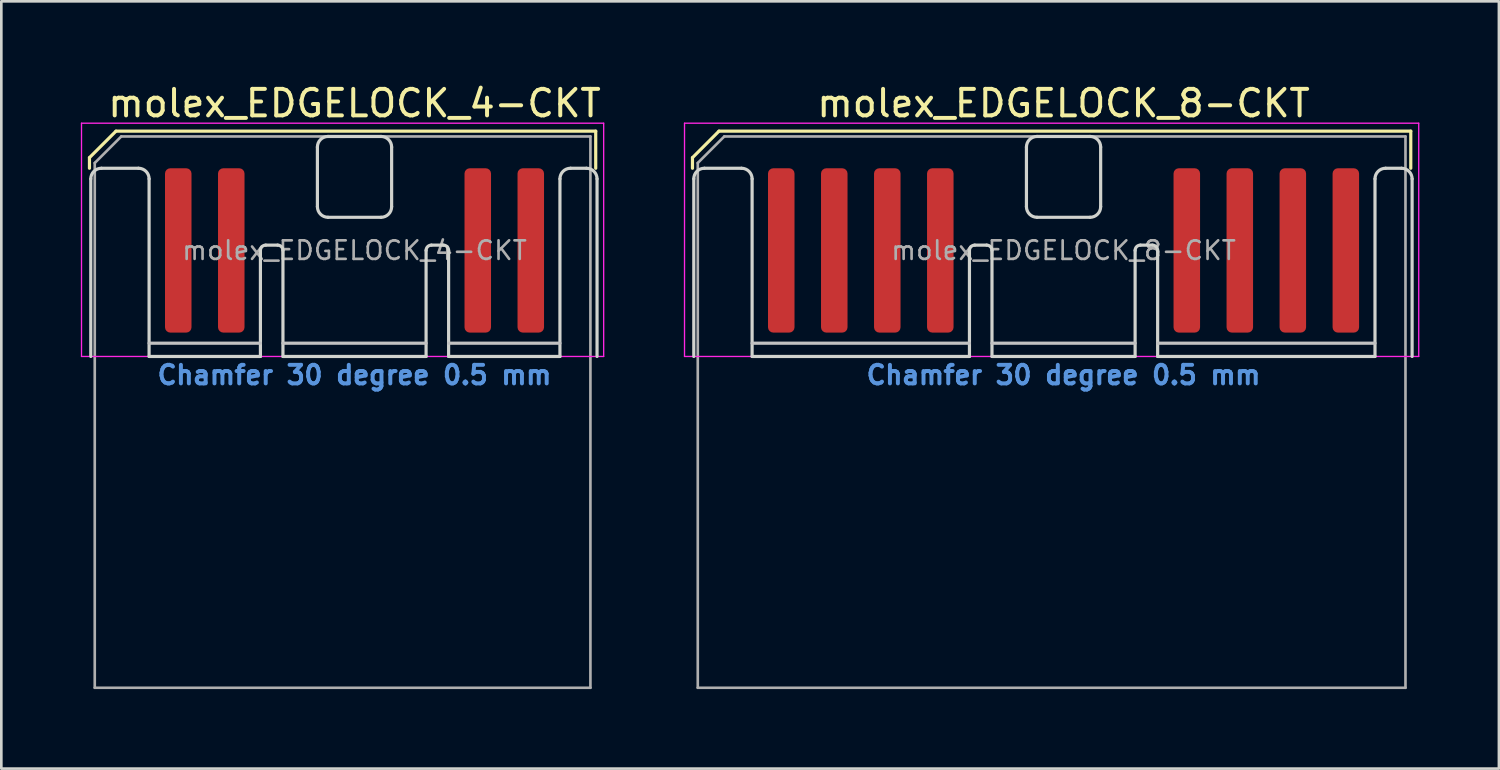
<source format=kicad_pcb>
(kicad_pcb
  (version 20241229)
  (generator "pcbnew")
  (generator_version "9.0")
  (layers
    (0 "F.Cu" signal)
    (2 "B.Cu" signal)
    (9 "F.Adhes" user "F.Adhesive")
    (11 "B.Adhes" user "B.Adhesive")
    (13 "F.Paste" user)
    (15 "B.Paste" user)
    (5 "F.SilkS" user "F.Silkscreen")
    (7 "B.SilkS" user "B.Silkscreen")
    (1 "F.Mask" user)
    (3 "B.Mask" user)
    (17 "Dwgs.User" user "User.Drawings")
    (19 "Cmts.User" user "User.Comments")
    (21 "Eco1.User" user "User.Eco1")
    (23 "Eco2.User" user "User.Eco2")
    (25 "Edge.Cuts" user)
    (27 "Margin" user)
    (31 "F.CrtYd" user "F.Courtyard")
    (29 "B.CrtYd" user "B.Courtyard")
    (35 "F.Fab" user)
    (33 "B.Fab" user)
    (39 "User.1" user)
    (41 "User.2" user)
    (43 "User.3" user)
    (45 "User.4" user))
  (footprint "molex_EDGELOCK_8-CKT"
    (layer "F.Cu")
    (at 37.075 6.398)
    (property "Reference" "molex_EDGELOCK_8-CKT" (at 0 -5.55 0) (layer "F.SilkS") (effects (font (size 1 1) (thickness 0.15))))
    (attr smd)
    (fp_line (start -14 -3.5) (end -13 -4.5) (stroke (width 0.12) (type solid)) (layer "F.SilkS"))
    (fp_line (start -14 -3.1) (end -14 -3.5) (stroke (width 0.12) (type solid)) (layer "F.SilkS"))
    (fp_line (start -13 -4.5) (end 13.1 -4.5) (stroke (width 0.12) (type solid)) (layer "F.SilkS"))
    (fp_line (start 13.1 -4.5) (end 13.1 -3.1) (stroke (width 0.12) (type solid)) (layer "F.SilkS"))
    (fp_line (start -11.75 3.5) (end -3.55 3.5) (stroke (width 0.12) (type solid)) (layer "Dwgs.User"))
    (fp_line (start -2.7 3.5) (end 2.7 3.5) (stroke (width 0.12) (type solid)) (layer "Dwgs.User"))
    (fp_line (start 3.55 3.5) (end 11.75 3.5) (stroke (width 0.12) (type solid)) (layer "Dwgs.User"))
    (fp_line (start -13.95 4) (end -13.95 -2.7) (stroke (width 0.12) (type solid)) (layer "Edge.Cuts"))
    (fp_line (start -13.55 -3.1) (end -12.15 -3.1) (stroke (width 0.12) (type solid)) (layer "Edge.Cuts"))
    (fp_line (start -11.75 -2.7) (end -11.75 4) (stroke (width 0.12) (type solid)) (layer "Edge.Cuts"))
    (fp_line (start -11.75 4) (end -3.55 4) (stroke (width 0.12) (type solid)) (layer "Edge.Cuts"))
    (fp_line (start -3.55 4) (end -3.55 0) (stroke (width 0.12) (type solid)) (layer "Edge.Cuts"))
    (fp_line (start -3.35 -0.2) (end -2.9 -0.2) (stroke (width 0.12) (type solid)) (layer "Edge.Cuts"))
    (fp_line (start -2.7 0) (end -2.7 4) (stroke (width 0.12) (type solid)) (layer "Edge.Cuts"))
    (fp_line (start -2.7 4) (end 2.7 4) (stroke (width 0.12) (type solid)) (layer "Edge.Cuts"))
    (fp_line (start -1.4 -3.9) (end -1.4 -1.65) (stroke (width 0.12) (type solid)) (layer "Edge.Cuts"))
    (fp_line (start -1 -1.25) (end 1 -1.25) (stroke (width 0.12) (type solid)) (layer "Edge.Cuts"))
    (fp_line (start 1 -4.3) (end -1 -4.3) (stroke (width 0.12) (type solid)) (layer "Edge.Cuts"))
    (fp_line (start 1.4 -1.65) (end 1.4 -3.9) (stroke (width 0.12) (type solid)) (layer "Edge.Cuts"))
    (fp_line (start 2.7 4) (end 2.7 0) (stroke (width 0.12) (type solid)) (layer "Edge.Cuts"))
    (fp_line (start 2.9 -0.2) (end 3.35 -0.2) (stroke (width 0.12) (type solid)) (layer "Edge.Cuts"))
    (fp_line (start 3.55 0) (end 3.55 4) (stroke (width 0.12) (type solid)) (layer "Edge.Cuts"))
    (fp_line (start 3.55 4) (end 11.75 4) (stroke (width 0.12) (type solid)) (layer "Edge.Cuts"))
    (fp_line (start 11.75 4) (end 11.75 -2.7) (stroke (width 0.12) (type solid)) (layer "Edge.Cuts"))
    (fp_line (start 12.15 -3.1) (end 12.75 -3.1) (stroke (width 0.12) (type solid)) (layer "Edge.Cuts"))
    (fp_line (start 13.15 -2.7) (end 13.15 4) (stroke (width 0.12) (type solid)) (layer "Edge.Cuts"))
    (fp_arc (start -13.95 -2.7) (mid -13.832843 -2.982843) (end -13.55 -3.1) (stroke (width 0.12) (type solid)) (layer "Edge.Cuts"))
    (fp_arc (start -12.15 -3.1) (mid -11.867157 -2.982843) (end -11.75 -2.7) (stroke (width 0.12) (type solid)) (layer "Edge.Cuts"))
    (fp_arc (start -3.55 0) (mid -3.491421 -0.141421) (end -3.35 -0.2) (stroke (width 0.12) (type solid)) (layer "Edge.Cuts"))
    (fp_arc (start -2.9 -0.2) (mid -2.758579 -0.141421) (end -2.7 0) (stroke (width 0.12) (type solid)) (layer "Edge.Cuts"))
    (fp_arc (start -1.4 -3.9) (mid -1.282843 -4.182843) (end -1 -4.3) (stroke (width 0.12) (type solid)) (layer "Edge.Cuts"))
    (fp_arc (start -1 -1.25) (mid -1.282843 -1.367157) (end -1.4 -1.65) (stroke (width 0.12) (type solid)) (layer "Edge.Cuts"))
    (fp_arc (start 1 -4.3) (mid 1.282843 -4.182843) (end 1.4 -3.9) (stroke (width 0.12) (type solid)) (layer "Edge.Cuts"))
    (fp_arc (start 1.4 -1.65) (mid 1.282843 -1.367157) (end 1 -1.25) (stroke (width 0.12) (type solid)) (layer "Edge.Cuts"))
    (fp_arc (start 2.7 0) (mid 2.758579 -0.141421) (end 2.9 -0.2) (stroke (width 0.12) (type solid)) (layer "Edge.Cuts"))
    (fp_arc (start 3.35 -0.2) (mid 3.491421 -0.141421) (end 3.55 0) (stroke (width 0.12) (type solid)) (layer "Edge.Cuts"))
    (fp_arc (start 11.75 -2.7) (mid 11.867157 -2.982843) (end 12.15 -3.1) (stroke (width 0.12) (type solid)) (layer "Edge.Cuts"))
    (fp_arc (start 12.75 -3.1) (mid 13.032843 -2.982843) (end 13.15 -2.7) (stroke (width 0.12) (type solid)) (layer "Edge.Cuts"))
    (fp_line (start -14.3 -4.8) (end -14.3 4) (stroke (width 0.05) (type solid)) (layer "F.CrtYd"))
    (fp_line (start -14.3 4) (end 13.4 4) (stroke (width 0.05) (type solid)) (layer "F.CrtYd"))
    (fp_line (start 13.4 -4.8) (end -14.3 -4.8) (stroke (width 0.05) (type solid)) (layer "F.CrtYd"))
    (fp_line (start 13.4 4) (end 13.4 -4.8) (stroke (width 0.05) (type solid)) (layer "F.CrtYd"))
    (fp_line (start -13.8 -3.3) (end -12.8 -4.3) (stroke (width 0.1) (type solid)) (layer "F.Fab"))
    (fp_line (start -13.8 16.5) (end -13.8 -3.3) (stroke (width 0.1) (type solid)) (layer "F.Fab"))
    (fp_line (start -12.8 -4.3) (end 12.9 -4.3) (stroke (width 0.1) (type solid)) (layer "F.Fab"))
    (fp_line (start 12.9 -4.3) (end 12.9 16.5) (stroke (width 0.1) (type solid)) (layer "F.Fab"))
    (fp_line (start 12.9 16.5) (end -13.8 16.5) (stroke (width 0.1) (type solid)) (layer "F.Fab"))
    (fp_text user "Chamfer 30 degree 0.5 mm" (at 0 4.7 0) (layer "Cmts.User") (effects (font (size 0.7 0.7) (thickness 0.15))))
    (fp_text user "${REFERENCE}" (at 0 0 0) (layer "F.Fab") (effects (font (size 0.7 0.7) (thickness 0.1))))
    (pad "1" smd roundrect (at -10.65 0) (size 1 6.2) (layers "F.Cu" "F.Mask") (roundrect_rratio 0.2))
    (pad "2" smd roundrect (at -8.65 0) (size 1 6.2) (layers "F.Cu" "F.Mask") (roundrect_rratio 0.2))
    (pad "3" smd roundrect (at -6.65 0) (size 1 6.2) (layers "F.Cu" "F.Mask") (roundrect_rratio 0.2))
    (pad "4" smd roundrect (at -4.65 0) (size 1 6.2) (layers "F.Cu" "F.Mask") (roundrect_rratio 0.2))
    (pad "5" smd roundrect (at 4.65 0) (size 1 6.2) (layers "F.Cu" "F.Mask") (roundrect_rratio 0.2))
    (pad "6" smd roundrect (at 6.65 0) (size 1 6.2) (layers "F.Cu" "F.Mask") (roundrect_rratio 0.2))
    (pad "7" smd roundrect (at 8.65 0) (size 1 6.2) (layers "F.Cu" "F.Mask") (roundrect_rratio 0.2))
    (pad "8" smd roundrect (at 10.65 0) (size 1 6.2) (layers "F.Cu" "F.Mask") (roundrect_rratio 0.2)))
  (footprint "molex_EDGELOCK_4-CKT"
    (layer "F.Cu")
    (at 10.325 6.398)
    (property "Reference" "molex_EDGELOCK_4-CKT" (at 0 -5.55 0) (layer "F.SilkS") (effects (font (size 1 1) (thickness 0.15))))
    (attr smd)
    (fp_line (start -10 -3.5) (end -9 -4.5) (stroke (width 0.12) (type solid)) (layer "F.SilkS"))
    (fp_line (start -10 -3.1) (end -10 -3.5) (stroke (width 0.12) (type solid)) (layer "F.SilkS"))
    (fp_line (start -9 -4.5) (end 9.1 -4.5) (stroke (width 0.12) (type solid)) (layer "F.SilkS"))
    (fp_line (start 9.1 -4.5) (end 9.1 -3.1) (stroke (width 0.12) (type solid)) (layer "F.SilkS"))
    (fp_line (start -7.75 3.5) (end -3.55 3.5) (stroke (width 0.12) (type solid)) (layer "Dwgs.User"))
    (fp_line (start -2.7 3.5) (end 2.7 3.5) (stroke (width 0.12) (type solid)) (layer "Dwgs.User"))
    (fp_line (start 3.55 3.5) (end 7.75 3.5) (stroke (width 0.12) (type solid)) (layer "Dwgs.User"))
    (fp_line (start -9.95 4) (end -9.95 -2.7) (stroke (width 0.12) (type solid)) (layer "Edge.Cuts"))
    (fp_line (start -9.55 -3.1) (end -8.15 -3.1) (stroke (width 0.12) (type solid)) (layer "Edge.Cuts"))
    (fp_line (start -7.75 -2.7) (end -7.75 4) (stroke (width 0.12) (type solid)) (layer "Edge.Cuts"))
    (fp_line (start -7.75 4) (end -3.55 4) (stroke (width 0.12) (type solid)) (layer "Edge.Cuts"))
    (fp_line (start -3.55 4) (end -3.55 0) (stroke (width 0.12) (type solid)) (layer "Edge.Cuts"))
    (fp_line (start -3.35 -0.2) (end -2.9 -0.2) (stroke (width 0.12) (type solid)) (layer "Edge.Cuts"))
    (fp_line (start -2.7 0) (end -2.7 4) (stroke (width 0.12) (type solid)) (layer "Edge.Cuts"))
    (fp_line (start -2.7 4) (end 2.7 4) (stroke (width 0.12) (type solid)) (layer "Edge.Cuts"))
    (fp_line (start -1.4 -3.9) (end -1.4 -1.65) (stroke (width 0.12) (type solid)) (layer "Edge.Cuts"))
    (fp_line (start -1 -1.25) (end 1 -1.25) (stroke (width 0.12) (type solid)) (layer "Edge.Cuts"))
    (fp_line (start 1 -4.3) (end -1 -4.3) (stroke (width 0.12) (type solid)) (layer "Edge.Cuts"))
    (fp_line (start 1.4 -1.65) (end 1.4 -3.9) (stroke (width 0.12) (type solid)) (layer "Edge.Cuts"))
    (fp_line (start 2.7 4) (end 2.7 0) (stroke (width 0.12) (type solid)) (layer "Edge.Cuts"))
    (fp_line (start 2.9 -0.2) (end 3.35 -0.2) (stroke (width 0.12) (type solid)) (layer "Edge.Cuts"))
    (fp_line (start 3.55 0) (end 3.55 4) (stroke (width 0.12) (type solid)) (layer "Edge.Cuts"))
    (fp_line (start 3.55 4) (end 7.75 4) (stroke (width 0.12) (type solid)) (layer "Edge.Cuts"))
    (fp_line (start 7.75 4) (end 7.75 -2.7) (stroke (width 0.12) (type solid)) (layer "Edge.Cuts"))
    (fp_line (start 8.15 -3.1) (end 8.75 -3.1) (stroke (width 0.12) (type solid)) (layer "Edge.Cuts"))
    (fp_line (start 9.15 -2.7) (end 9.15 4) (stroke (width 0.12) (type solid)) (layer "Edge.Cuts"))
    (fp_arc (start -9.95 -2.7) (mid -9.832843 -2.982843) (end -9.55 -3.1) (stroke (width 0.12) (type solid)) (layer "Edge.Cuts"))
    (fp_arc (start -8.15 -3.1) (mid -7.867157 -2.982843) (end -7.75 -2.7) (stroke (width 0.12) (type solid)) (layer "Edge.Cuts"))
    (fp_arc (start -3.55 0) (mid -3.491421 -0.141421) (end -3.35 -0.2) (stroke (width 0.12) (type solid)) (layer "Edge.Cuts"))
    (fp_arc (start -2.9 -0.2) (mid -2.758579 -0.141421) (end -2.7 0) (stroke (width 0.12) (type solid)) (layer "Edge.Cuts"))
    (fp_arc (start -1.4 -3.9) (mid -1.282843 -4.182843) (end -1 -4.3) (stroke (width 0.12) (type solid)) (layer "Edge.Cuts"))
    (fp_arc (start -1 -1.25) (mid -1.282843 -1.367157) (end -1.4 -1.65) (stroke (width 0.12) (type solid)) (layer "Edge.Cuts"))
    (fp_arc (start 1 -4.3) (mid 1.282843 -4.182843) (end 1.4 -3.9) (stroke (width 0.12) (type solid)) (layer "Edge.Cuts"))
    (fp_arc (start 1.4 -1.65) (mid 1.282843 -1.367157) (end 1 -1.25) (stroke (width 0.12) (type solid)) (layer "Edge.Cuts"))
    (fp_arc (start 2.7 0) (mid 2.758579 -0.141421) (end 2.9 -0.2) (stroke (width 0.12) (type solid)) (layer "Edge.Cuts"))
    (fp_arc (start 3.35 -0.2) (mid 3.491421 -0.141421) (end 3.55 0) (stroke (width 0.12) (type solid)) (layer "Edge.Cuts"))
    (fp_arc (start 7.75 -2.7) (mid 7.867157 -2.982843) (end 8.15 -3.1) (stroke (width 0.12) (type solid)) (layer "Edge.Cuts"))
    (fp_arc (start 8.75 -3.1) (mid 9.032843 -2.982843) (end 9.15 -2.7) (stroke (width 0.12) (type solid)) (layer "Edge.Cuts"))
    (fp_line (start -10.3 -4.8) (end -10.3 4) (stroke (width 0.05) (type solid)) (layer "F.CrtYd"))
    (fp_line (start -10.3 4) (end 9.4 4) (stroke (width 0.05) (type solid)) (layer "F.CrtYd"))
    (fp_line (start 9.4 -4.8) (end -10.3 -4.8) (stroke (width 0.05) (type solid)) (layer "F.CrtYd"))
    (fp_line (start 9.4 4) (end 9.4 -4.8) (stroke (width 0.05) (type solid)) (layer "F.CrtYd"))
    (fp_line (start -9.8 -3.3) (end -8.8 -4.3) (stroke (width 0.1) (type solid)) (layer "F.Fab"))
    (fp_line (start -9.8 16.5) (end -9.8 -3.3) (stroke (width 0.1) (type solid)) (layer "F.Fab"))
    (fp_line (start -8.8 -4.3) (end 8.9 -4.3) (stroke (width 0.1) (type solid)) (layer "F.Fab"))
    (fp_line (start 8.9 -4.3) (end 8.9 16.5) (stroke (width 0.1) (type solid)) (layer "F.Fab"))
    (fp_line (start 8.9 16.5) (end -9.8 16.5) (stroke (width 0.1) (type solid)) (layer "F.Fab"))
    (fp_text user "Chamfer 30 degree 0.5 mm" (at 0 4.7 0) (layer "Cmts.User") (effects (font (size 0.7 0.7) (thickness 0.15))))
    (fp_text user "${REFERENCE}" (at 0 0 0) (layer "F.Fab") (effects (font (size 0.7 0.7) (thickness 0.1))))
    (pad "1" smd roundrect (at -6.65 0) (size 1 6.2) (layers "F.Cu" "F.Mask") (roundrect_rratio 0.2))
    (pad "2" smd roundrect (at -4.65 0) (size 1 6.2) (layers "F.Cu" "F.Mask") (roundrect_rratio 0.2))
    (pad "3" smd roundrect (at 4.65 0) (size 1 6.2) (layers "F.Cu" "F.Mask") (roundrect_rratio 0.2))
    (pad "4" smd roundrect (at 6.65 0) (size 1 6.2) (layers "F.Cu" "F.Mask") (roundrect_rratio 0.2)))
  (gr_rect
    (start -3 -3)
    (end 53.5 25.948)
    (stroke (width 0.1) (type default))
    (fill no)
    (layer "Edge.Cuts")))
</source>
